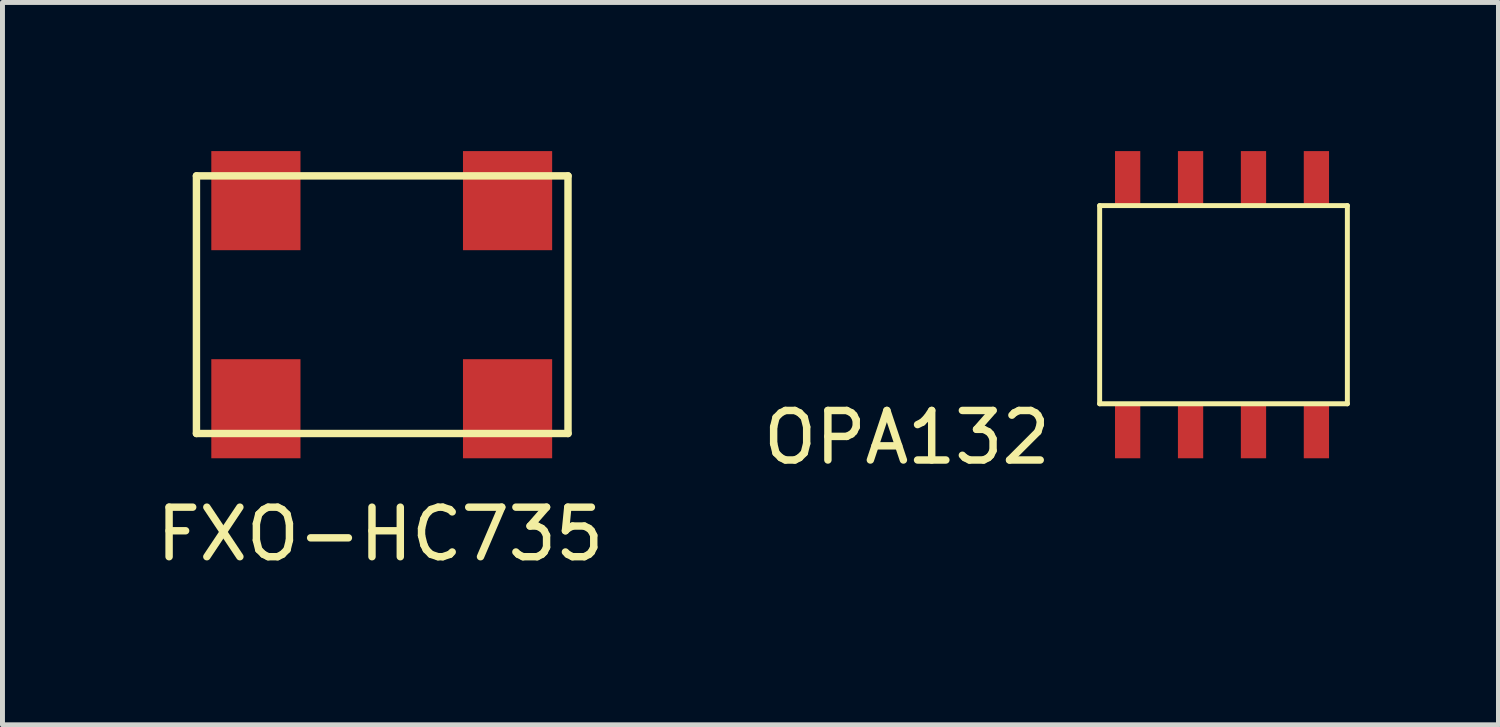
<source format=kicad_pcb>
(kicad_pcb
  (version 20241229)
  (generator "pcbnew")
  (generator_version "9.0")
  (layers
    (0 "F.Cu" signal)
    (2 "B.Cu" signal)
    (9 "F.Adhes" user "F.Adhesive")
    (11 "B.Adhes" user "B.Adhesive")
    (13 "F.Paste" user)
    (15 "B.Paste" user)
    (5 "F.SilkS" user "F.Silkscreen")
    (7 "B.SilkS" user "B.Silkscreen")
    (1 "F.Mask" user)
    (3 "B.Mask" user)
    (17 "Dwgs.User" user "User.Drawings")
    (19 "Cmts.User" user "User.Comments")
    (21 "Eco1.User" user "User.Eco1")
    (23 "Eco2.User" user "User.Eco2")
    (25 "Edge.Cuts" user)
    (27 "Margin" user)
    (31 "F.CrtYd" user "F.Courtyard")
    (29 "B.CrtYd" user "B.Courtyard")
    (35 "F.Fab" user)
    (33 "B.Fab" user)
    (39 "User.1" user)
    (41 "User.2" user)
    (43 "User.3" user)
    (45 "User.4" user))
  (footprint "FXO-HC735"
    (layer "F.Cu")
    (at 4.625 3.16)
    (property "Reference" "FXO-HC735" (at 0 4.572 0) (layer "F.SilkS") (effects (font (size 1 1) (thickness 0.15))))
    (attr through_hole)
    (fp_line (start -3.71 -2.66) (end 3.79 -2.66) (stroke (width 0.15) (type solid)) (layer "F.SilkS"))
    (fp_line (start -3.71 2.54) (end -3.71 -2.66) (stroke (width 0.15) (type solid)) (layer "F.SilkS"))
    (fp_line (start -3.71 2.54) (end 3.79 2.54) (stroke (width 0.15) (type solid)) (layer "F.SilkS"))
    (fp_line (start 3.79 2.54) (end 3.79 -2.66) (stroke (width 0.15) (type solid)) (layer "F.SilkS"))
    (pad "1" smd rect (at -2.51 2.04) (size 1.8 2) (layers "F.Cu" "F.Mask" "F.Paste"))
    (pad "2" smd rect (at 2.57 2.04) (size 1.8 2) (layers "F.Cu" "F.Mask" "F.Paste"))
    (pad "3" smd rect (at 2.57 -2.16) (size 1.8 2) (layers "F.Cu" "F.Mask" "F.Paste"))
    (pad "4" smd rect (at -2.51 -2.16) (size 1.8 2) (layers "F.Cu" "F.Mask" "F.Paste")))
  (footprint "OPA132"
    (layer "F.Cu")
    (at 19.146 5.1)
    (property "Reference" "OPA132" (at -3.89 0.68 0) (layer "F.SilkS") (effects (font (size 1 1) (thickness 0.15))))
    (attr through_hole)
    (fp_line (start 0 -4) (end 5 -4) (stroke (width 0.1) (type solid)) (layer "F.SilkS"))
    (fp_line (start 0 0) (end 0 -4) (stroke (width 0.1) (type solid)) (layer "F.SilkS"))
    (fp_line (start 0 0) (end 5 0) (stroke (width 0.1) (type solid)) (layer "F.SilkS"))
    (fp_line (start 5 0) (end 5 -4) (stroke (width 0.1) (type solid)) (layer "F.SilkS"))
    (pad "1" smd rect (at 0.565 0.55) (size 0.51 1.1) (layers "F.Cu" "F.Mask" "F.Paste"))
    (pad "2" smd rect (at 1.835 0.55) (size 0.51 1.1) (layers "F.Cu" "F.Mask" "F.Paste"))
    (pad "3" smd rect (at 3.105 0.55) (size 0.51 1.1) (layers "F.Cu" "F.Mask" "F.Paste"))
    (pad "4" smd rect (at 4.375 0.55) (size 0.51 1.1) (layers "F.Cu" "F.Mask" "F.Paste"))
    (pad "5" smd rect (at 4.375 -4.55) (size 0.51 1.1) (layers "F.Cu" "F.Mask" "F.Paste"))
    (pad "6" smd rect (at 3.105 -4.55) (size 0.51 1.1) (layers "F.Cu" "F.Mask" "F.Paste"))
    (pad "7" smd rect (at 1.835 -4.55) (size 0.51 1.1) (layers "F.Cu" "F.Mask" "F.Paste"))
    (pad "8" smd rect (at 0.565 -4.55) (size 0.51 1.1) (layers "F.Cu" "F.Mask" "F.Paste")))
  (gr_rect
    (start -3 -3)
    (end 27.196 11.58)
    (stroke (width 0.1) (type default))
    (fill no)
    (layer "Edge.Cuts")))
</source>
